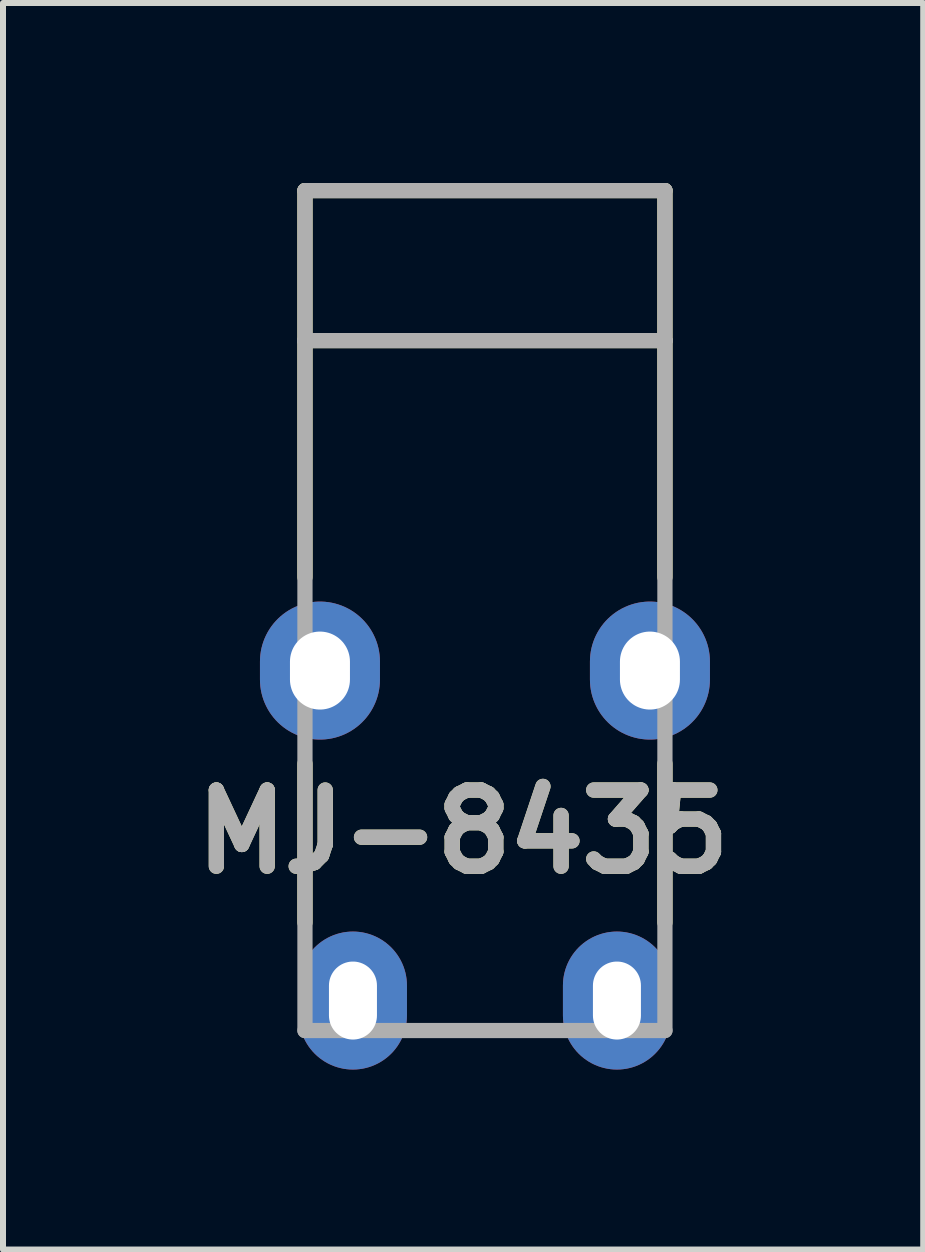
<source format=kicad_pcb>
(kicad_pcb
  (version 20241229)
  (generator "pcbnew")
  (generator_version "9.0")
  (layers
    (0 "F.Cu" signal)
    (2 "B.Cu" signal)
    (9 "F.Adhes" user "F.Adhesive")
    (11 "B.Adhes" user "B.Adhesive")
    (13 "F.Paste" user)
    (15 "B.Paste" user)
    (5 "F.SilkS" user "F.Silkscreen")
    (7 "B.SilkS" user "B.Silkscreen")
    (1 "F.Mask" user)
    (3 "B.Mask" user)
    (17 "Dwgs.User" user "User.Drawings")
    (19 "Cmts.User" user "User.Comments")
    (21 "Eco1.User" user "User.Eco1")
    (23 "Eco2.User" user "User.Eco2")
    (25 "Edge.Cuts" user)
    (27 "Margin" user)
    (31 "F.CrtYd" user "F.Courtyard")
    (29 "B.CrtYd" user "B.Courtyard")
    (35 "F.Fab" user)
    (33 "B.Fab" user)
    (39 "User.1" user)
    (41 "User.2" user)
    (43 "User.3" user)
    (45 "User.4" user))
  (footprint "MJ-8435"
    (layer "F.Cu")
    (at 5.033 2.627)
    (property "Reference" "MJ-8435" (at -0.364 8.187 0) (layer "F.SilkS") (effects (font (size 1.27 1.27) (thickness 0.254))))
    (attr through_hole)
    (fp_line (start -3 -2.5) (end -3 0) (stroke (width 0.254) (type solid)) (layer "F.SilkS"))
    (fp_line (start -3 -2.5) (end 3 -2.5) (stroke (width 0.254) (type solid)) (layer "F.SilkS"))
    (fp_line (start -3 0) (end -3 3.943) (stroke (width 0.254) (type solid)) (layer "F.SilkS"))
    (fp_line (start -3 0) (end 3 0) (stroke (width 0.254) (type solid)) (layer "F.SilkS"))
    (fp_line (start -3 7.053) (end -3 9.7) (stroke (width 0.254) (type solid)) (layer "F.SilkS"))
    (fp_line (start 3 0) (end 3 -2.5) (stroke (width 0.254) (type solid)) (layer "F.SilkS"))
    (fp_line (start 3 0) (end 3 3.943) (stroke (width 0.254) (type solid)) (layer "F.SilkS"))
    (fp_line (start 3 7.053) (end 3 9.7) (stroke (width 0.254) (type solid)) (layer "F.SilkS"))
    (fp_line (start -3 0) (end -3 -2.5) (stroke (width 0.254) (type solid)) (layer "F.Fab"))
    (fp_line (start -3 0) (end 3 0) (stroke (width 0.254) (type solid)) (layer "F.Fab"))
    (fp_line (start -3 11.5) (end -3 0) (stroke (width 0.254) (type solid)) (layer "F.Fab"))
    (fp_line (start 3 -2.5) (end -3 -2.5) (stroke (width 0.254) (type solid)) (layer "F.Fab"))
    (fp_line (start 3 0) (end 3 -2.5) (stroke (width 0.254) (type solid)) (layer "F.Fab"))
    (fp_line (start 3 0) (end 3 11.5) (stroke (width 0.254) (type solid)) (layer "F.Fab"))
    (fp_line (start 3 11.5) (end -3 11.5) (stroke (width 0.254) (type solid)) (layer "F.Fab"))
    (fp_text user "${REFERENCE}" (at -0.364 8.187 0) (layer "F.Fab") (effects (font (size 1.27 1.27) (thickness 0.254))))
    (pad "1" thru_hole oval (at -2.2 11) (size 1.8 2.3) (drill oval 0.8 1.3) (layers "*.Cu" "*.Mask"))
    (pad "2" thru_hole oval (at -2.75 5.5) (size 2 2.3) (drill oval 1 1.3) (layers "*.Cu" "*.Mask"))
    (pad "2" thru_hole oval (at 2.75 5.5) (size 2 2.3) (drill oval 1 1.3) (layers "*.Cu" "*.Mask"))
    (pad "3" thru_hole oval (at 2.2 11) (size 1.8 2.3) (drill oval 0.8 1.3) (layers "*.Cu" "*.Mask")))
  (gr_rect
    (start -3 -3)
    (end 12.338 17.777)
    (stroke (width 0.1) (type default))
    (fill no)
    (layer "Edge.Cuts")))
</source>
